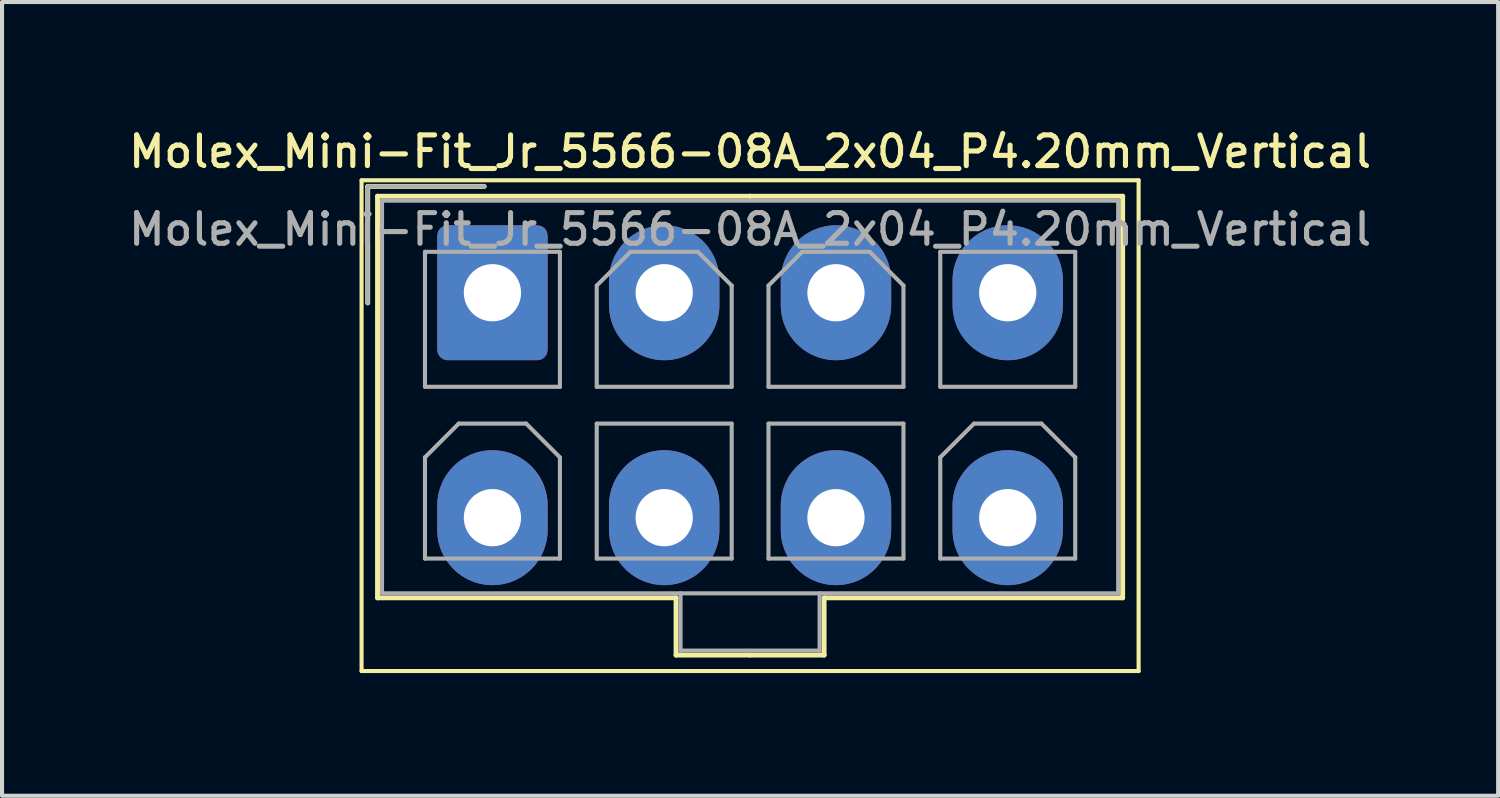
<source format=kicad_pcb>
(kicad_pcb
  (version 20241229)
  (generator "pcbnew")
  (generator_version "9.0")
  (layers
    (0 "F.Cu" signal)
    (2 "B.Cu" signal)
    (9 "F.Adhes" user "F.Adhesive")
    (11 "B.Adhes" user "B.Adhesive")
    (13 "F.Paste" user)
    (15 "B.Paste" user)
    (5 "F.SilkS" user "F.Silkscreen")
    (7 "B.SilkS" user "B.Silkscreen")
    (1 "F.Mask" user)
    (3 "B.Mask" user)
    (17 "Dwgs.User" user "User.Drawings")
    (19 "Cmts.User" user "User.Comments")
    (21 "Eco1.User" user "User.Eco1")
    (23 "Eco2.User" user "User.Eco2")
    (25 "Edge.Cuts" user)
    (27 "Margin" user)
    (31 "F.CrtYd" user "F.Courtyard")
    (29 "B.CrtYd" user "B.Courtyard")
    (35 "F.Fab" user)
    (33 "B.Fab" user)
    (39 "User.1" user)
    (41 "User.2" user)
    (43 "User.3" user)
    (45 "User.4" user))
  (footprint "Molex_Mini-Fit_Jr_5566-08A_2x04_P4.20mm_Vertical"
    (layer "F.Cu")
    (at 8.991 4.108)
    (property "Reference" "Molex_Mini-Fit_Jr_5566-08A_2x04_P4.20mm_Vertical" (at 6.3 -3.45 0) (layer "F.SilkS") (effects (font (size 0.75 0.75) (thickness 0.125))))
    (attr through_hole)
    (fp_line (start -3.2 -2.75) (end -3.2 9.25) (stroke (width 0.1) (type solid)) (layer "F.SilkS"))
    (fp_line (start -3.2 9.25) (end 15.8 9.25) (stroke (width 0.1) (type solid)) (layer "F.SilkS"))
    (fp_line (start -3.05 -2.6) (end -3.05 0.25) (stroke (width 0.12) (type solid)) (layer "F.SilkS"))
    (fp_line (start -2.81 -2.36) (end -2.81 7.46) (stroke (width 0.12) (type solid)) (layer "F.SilkS"))
    (fp_line (start -2.81 7.46) (end 4.49 7.46) (stroke (width 0.12) (type solid)) (layer "F.SilkS"))
    (fp_line (start -0.2 -2.6) (end -3.05 -2.6) (stroke (width 0.12) (type solid)) (layer "F.SilkS"))
    (fp_line (start 4.49 7.46) (end 4.49 8.86) (stroke (width 0.12) (type solid)) (layer "F.SilkS"))
    (fp_line (start 4.49 8.86) (end 6.3 8.86) (stroke (width 0.12) (type solid)) (layer "F.SilkS"))
    (fp_line (start 6.3 -2.36) (end -2.81 -2.36) (stroke (width 0.12) (type solid)) (layer "F.SilkS"))
    (fp_line (start 6.3 -2.36) (end 15.41 -2.36) (stroke (width 0.12) (type solid)) (layer "F.SilkS"))
    (fp_line (start 8.11 7.46) (end 8.11 8.86) (stroke (width 0.12) (type solid)) (layer "F.SilkS"))
    (fp_line (start 8.11 8.86) (end 6.3 8.86) (stroke (width 0.12) (type solid)) (layer "F.SilkS"))
    (fp_line (start 15.41 -2.36) (end 15.41 7.46) (stroke (width 0.12) (type solid)) (layer "F.SilkS"))
    (fp_line (start 15.41 7.46) (end 8.11 7.46) (stroke (width 0.12) (type solid)) (layer "F.SilkS"))
    (fp_line (start 15.8 -2.75) (end -3.2 -2.75) (stroke (width 0.1) (type solid)) (layer "F.SilkS"))
    (fp_line (start 15.8 9.25) (end 15.8 -2.75) (stroke (width 0.1) (type solid)) (layer "F.SilkS"))
    (fp_line (start -3.05 -2.6) (end -3.05 0.25) (stroke (width 0.1) (type solid)) (layer "F.Fab"))
    (fp_line (start -2.7 -2.25) (end -2.7 7.35) (stroke (width 0.1) (type solid)) (layer "F.Fab"))
    (fp_line (start -2.7 7.35) (end 15.3 7.35) (stroke (width 0.1) (type solid)) (layer "F.Fab"))
    (fp_line (start -1.65 -1) (end -1.65 2.3) (stroke (width 0.1) (type solid)) (layer "F.Fab"))
    (fp_line (start -1.65 2.3) (end 1.65 2.3) (stroke (width 0.1) (type solid)) (layer "F.Fab"))
    (fp_line (start -1.65 4.025) (end -0.825 3.2) (stroke (width 0.1) (type solid)) (layer "F.Fab"))
    (fp_line (start -1.65 6.5) (end -1.65 4.025) (stroke (width 0.1) (type solid)) (layer "F.Fab"))
    (fp_line (start -0.825 3.2) (end 0.825 3.2) (stroke (width 0.1) (type solid)) (layer "F.Fab"))
    (fp_line (start -0.2 -2.6) (end -3.05 -2.6) (stroke (width 0.1) (type solid)) (layer "F.Fab"))
    (fp_line (start 0.825 3.2) (end 1.65 4.025) (stroke (width 0.1) (type solid)) (layer "F.Fab"))
    (fp_line (start 1.65 -1) (end -1.65 -1) (stroke (width 0.1) (type solid)) (layer "F.Fab"))
    (fp_line (start 1.65 2.3) (end 1.65 -1) (stroke (width 0.1) (type solid)) (layer "F.Fab"))
    (fp_line (start 1.65 4.025) (end 1.65 6.5) (stroke (width 0.1) (type solid)) (layer "F.Fab"))
    (fp_line (start 1.65 6.5) (end -1.65 6.5) (stroke (width 0.1) (type solid)) (layer "F.Fab"))
    (fp_line (start 2.55 -0.175) (end 3.375 -1) (stroke (width 0.1) (type solid)) (layer "F.Fab"))
    (fp_line (start 2.55 2.3) (end 2.55 -0.175) (stroke (width 0.1) (type solid)) (layer "F.Fab"))
    (fp_line (start 2.55 3.2) (end 2.55 6.5) (stroke (width 0.1) (type solid)) (layer "F.Fab"))
    (fp_line (start 2.55 6.5) (end 5.85 6.5) (stroke (width 0.1) (type solid)) (layer "F.Fab"))
    (fp_line (start 3.375 -1) (end 5.025 -1) (stroke (width 0.1) (type solid)) (layer "F.Fab"))
    (fp_line (start 4.6 7.35) (end 4.6 8.75) (stroke (width 0.1) (type solid)) (layer "F.Fab"))
    (fp_line (start 4.6 8.75) (end 8 8.75) (stroke (width 0.1) (type solid)) (layer "F.Fab"))
    (fp_line (start 5.025 -1) (end 5.85 -0.175) (stroke (width 0.1) (type solid)) (layer "F.Fab"))
    (fp_line (start 5.85 -0.175) (end 5.85 2.3) (stroke (width 0.1) (type solid)) (layer "F.Fab"))
    (fp_line (start 5.85 2.3) (end 2.55 2.3) (stroke (width 0.1) (type solid)) (layer "F.Fab"))
    (fp_line (start 5.85 3.2) (end 2.55 3.2) (stroke (width 0.1) (type solid)) (layer "F.Fab"))
    (fp_line (start 5.85 6.5) (end 5.85 3.2) (stroke (width 0.1) (type solid)) (layer "F.Fab"))
    (fp_line (start 6.75 -0.175) (end 7.575 -1) (stroke (width 0.1) (type solid)) (layer "F.Fab"))
    (fp_line (start 6.75 2.3) (end 6.75 -0.175) (stroke (width 0.1) (type solid)) (layer "F.Fab"))
    (fp_line (start 6.75 3.2) (end 6.75 6.5) (stroke (width 0.1) (type solid)) (layer "F.Fab"))
    (fp_line (start 6.75 6.5) (end 10.05 6.5) (stroke (width 0.1) (type solid)) (layer "F.Fab"))
    (fp_line (start 7.575 -1) (end 9.225 -1) (stroke (width 0.1) (type solid)) (layer "F.Fab"))
    (fp_line (start 8 8.75) (end 8 7.35) (stroke (width 0.1) (type solid)) (layer "F.Fab"))
    (fp_line (start 9.225 -1) (end 10.05 -0.175) (stroke (width 0.1) (type solid)) (layer "F.Fab"))
    (fp_line (start 10.05 -0.175) (end 10.05 2.3) (stroke (width 0.1) (type solid)) (layer "F.Fab"))
    (fp_line (start 10.05 2.3) (end 6.75 2.3) (stroke (width 0.1) (type solid)) (layer "F.Fab"))
    (fp_line (start 10.05 3.2) (end 6.75 3.2) (stroke (width 0.1) (type solid)) (layer "F.Fab"))
    (fp_line (start 10.05 6.5) (end 10.05 3.2) (stroke (width 0.1) (type solid)) (layer "F.Fab"))
    (fp_line (start 10.95 -1) (end 10.95 2.3) (stroke (width 0.1) (type solid)) (layer "F.Fab"))
    (fp_line (start 10.95 2.3) (end 14.25 2.3) (stroke (width 0.1) (type solid)) (layer "F.Fab"))
    (fp_line (start 10.95 4.025) (end 11.775 3.2) (stroke (width 0.1) (type solid)) (layer "F.Fab"))
    (fp_line (start 10.95 6.5) (end 10.95 4.025) (stroke (width 0.1) (type solid)) (layer "F.Fab"))
    (fp_line (start 11.775 3.2) (end 13.425 3.2) (stroke (width 0.1) (type solid)) (layer "F.Fab"))
    (fp_line (start 13.425 3.2) (end 14.25 4.025) (stroke (width 0.1) (type solid)) (layer "F.Fab"))
    (fp_line (start 14.25 -1) (end 10.95 -1) (stroke (width 0.1) (type solid)) (layer "F.Fab"))
    (fp_line (start 14.25 2.3) (end 14.25 -1) (stroke (width 0.1) (type solid)) (layer "F.Fab"))
    (fp_line (start 14.25 4.025) (end 14.25 6.5) (stroke (width 0.1) (type solid)) (layer "F.Fab"))
    (fp_line (start 14.25 6.5) (end 10.95 6.5) (stroke (width 0.1) (type solid)) (layer "F.Fab"))
    (fp_line (start 15.3 -2.25) (end -2.7 -2.25) (stroke (width 0.1) (type solid)) (layer "F.Fab"))
    (fp_line (start 15.3 7.35) (end 15.3 -2.25) (stroke (width 0.1) (type solid)) (layer "F.Fab"))
    (fp_text user "${REFERENCE}" (at 6.3 -1.55 0) (layer "F.Fab") (effects (font (size 0.75 0.75) (thickness 0.125))))
    (pad "1" thru_hole roundrect (at 0 0) (size 2.7 3.3) (drill 1.4) (layers "*.Cu" "*.Mask") (roundrect_rratio 0.093))
    (pad "2" thru_hole oval (at 4.2 0) (size 2.7 3.3) (drill 1.4) (layers "*.Cu" "*.Mask"))
    (pad "3" thru_hole oval (at 8.4 0) (size 2.7 3.3) (drill 1.4) (layers "*.Cu" "*.Mask"))
    (pad "4" thru_hole oval (at 12.6 0) (size 2.7 3.3) (drill 1.4) (layers "*.Cu" "*.Mask"))
    (pad "5" thru_hole oval (at 0 5.5) (size 2.7 3.3) (drill 1.4) (layers "*.Cu" "*.Mask"))
    (pad "6" thru_hole oval (at 4.2 5.5) (size 2.7 3.3) (drill 1.4) (layers "*.Cu" "*.Mask"))
    (pad "7" thru_hole oval (at 8.4 5.5) (size 2.7 3.3) (drill 1.4) (layers "*.Cu" "*.Mask"))
    (pad "8" thru_hole oval (at 12.6 5.5) (size 2.7 3.3) (drill 1.4) (layers "*.Cu" "*.Mask")))
  (gr_rect
    (start -3 -3)
    (end 33.582 16.408)
    (stroke (width 0.1) (type default))
    (fill no)
    (layer "Edge.Cuts")))
</source>
